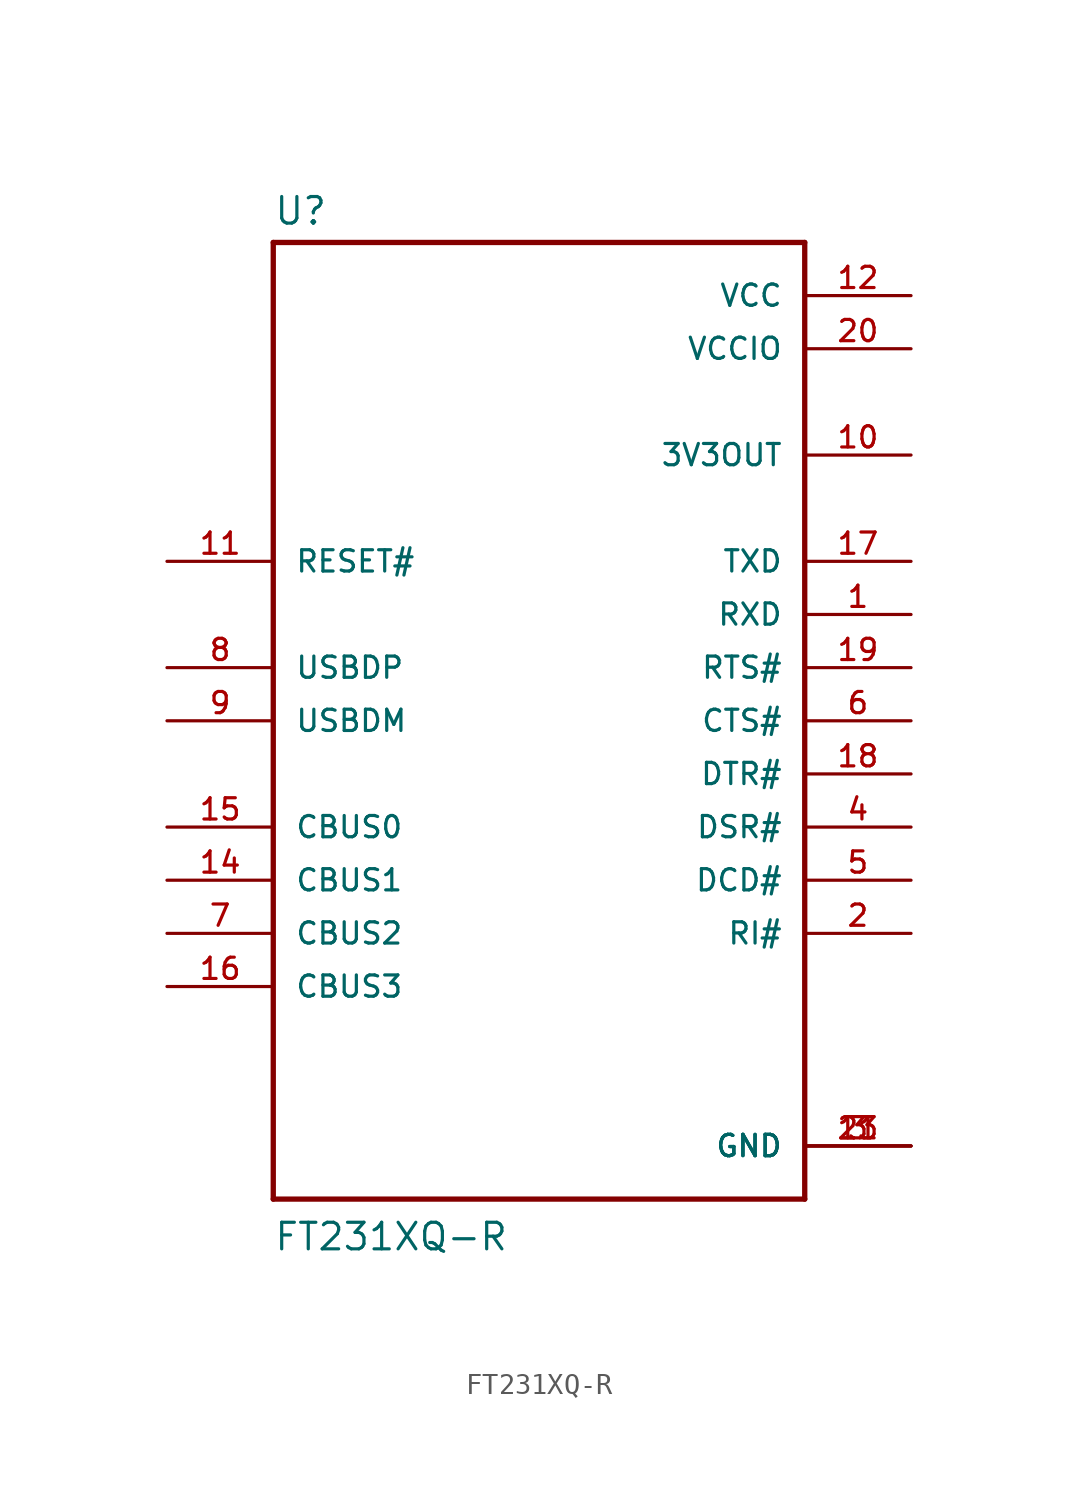
<source format=kicad_sym>
(kicad_symbol_lib
  (version 20220914)
  (generator kicad_symbol_editor)
  (symbol "FT231XQ-R"
    (pin_names
      (offset 1.016))
    (property "Reference" "U"
      (at -12.7 23.622 0)
      (effects (font (size 1.27 1.27)) (justify left bottom)))
    (property "Value" "FT231XQ-R"
      (at -12.7 -25.4 0)
      (effects (font (size 1.27 1.27)) (justify left bottom)))
    (property "ki_locked" ""
      (at 0 0 0)
      (effects (font (size 1.27 1.27))))
    (symbol "FT231XQ-R_0_0"
      (polyline (pts (xy -12.7 -22.86) (xy -12.7 22.86)) (stroke (width 0.254) (type solid)) (fill (type none)))
      (polyline (pts (xy -12.7 22.86) (xy 12.7 22.86)) (stroke (width 0.254) (type solid)) (fill (type none)))
      (polyline (pts (xy 12.7 -22.86) (xy -12.7 -22.86)) (stroke (width 0.254) (type solid)) (fill (type none)))
      (polyline (pts (xy 12.7 22.86) (xy 12.7 -22.86)) (stroke (width 0.254) (type solid)) (fill (type none)))
      (pin input line (at 17.78 5.08 180) (length 5.08) (name "RXD" (effects (font (size 1.016 1.016)))) (number "1" (effects (font (size 1.016 1.016)))))
      (pin output line (at 17.78 12.7 180) (length 5.08) (name "3V3OUT" (effects (font (size 1.016 1.016)))) (number "10" (effects (font (size 1.016 1.016)))))
      (pin input line (at -17.78 7.62 0) (length 5.08) (name "RESET#" (effects (font (size 1.016 1.016)))) (number "11" (effects (font (size 1.016 1.016)))))
      (pin power_in line (at 17.78 20.32 180) (length 5.08) (name "VCC" (effects (font (size 1.016 1.016)))) (number "12" (effects (font (size 1.016 1.016)))))
      (pin power_in line (at 17.78 -20.32 180) (length 5.08) (name "GND" (effects (font (size 1.016 1.016)))) (number "13" (effects (font (size 1.016 1.016)))))
      (pin bidirectional line (at -17.78 -7.62 0) (length 5.08) (name "CBUS1" (effects (font (size 1.016 1.016)))) (number "14" (effects (font (size 1.016 1.016)))))
      (pin bidirectional line (at -17.78 -5.08 0) (length 5.08) (name "CBUS0" (effects (font (size 1.016 1.016)))) (number "15" (effects (font (size 1.016 1.016)))))
      (pin bidirectional line (at -17.78 -12.7 0) (length 5.08) (name "CBUS3" (effects (font (size 1.016 1.016)))) (number "16" (effects (font (size 1.016 1.016)))))
      (pin output line (at 17.78 7.62 180) (length 5.08) (name "TXD" (effects (font (size 1.016 1.016)))) (number "17" (effects (font (size 1.016 1.016)))))
      (pin output line (at 17.78 -2.54 180) (length 5.08) (name "DTR#" (effects (font (size 1.016 1.016)))) (number "18" (effects (font (size 1.016 1.016)))))
      (pin output line (at 17.78 2.54 180) (length 5.08) (name "RTS#" (effects (font (size 1.016 1.016)))) (number "19" (effects (font (size 1.016 1.016)))))
      (pin input line (at 17.78 -10.16 180) (length 5.08) (name "RI#" (effects (font (size 1.016 1.016)))) (number "2" (effects (font (size 1.016 1.016)))))
      (pin power_in line (at 17.78 17.78 180) (length 5.08) (name "VCCIO" (effects (font (size 1.016 1.016)))) (number "20" (effects (font (size 1.016 1.016)))))
      (pin power_in line (at 17.78 -20.32 180) (length 5.08) (name "GND" (effects (font (size 1.016 1.016)))) (number "21" (effects (font (size 1.016 1.016)))))
      (pin power_in line (at 17.78 -20.32 180) (length 5.08) (name "GND" (effects (font (size 1.016 1.016)))) (number "3" (effects (font (size 1.016 1.016)))))
      (pin input line (at 17.78 -5.08 180) (length 5.08) (name "DSR#" (effects (font (size 1.016 1.016)))) (number "4" (effects (font (size 1.016 1.016)))))
      (pin input line (at 17.78 -7.62 180) (length 5.08) (name "DCD#" (effects (font (size 1.016 1.016)))) (number "5" (effects (font (size 1.016 1.016)))))
      (pin input line (at 17.78 0 180) (length 5.08) (name "CTS#" (effects (font (size 1.016 1.016)))) (number "6" (effects (font (size 1.016 1.016)))))
      (pin bidirectional line (at -17.78 -10.16 0) (length 5.08) (name "CBUS2" (effects (font (size 1.016 1.016)))) (number "7" (effects (font (size 1.016 1.016)))))
      (pin bidirectional line (at -17.78 2.54 0) (length 5.08) (name "USBDP" (effects (font (size 1.016 1.016)))) (number "8" (effects (font (size 1.016 1.016)))))
      (pin bidirectional line (at -17.78 0 0) (length 5.08) (name "USBDM" (effects (font (size 1.016 1.016)))) (number "9" (effects (font (size 1.016 1.016))))))))
</source>
